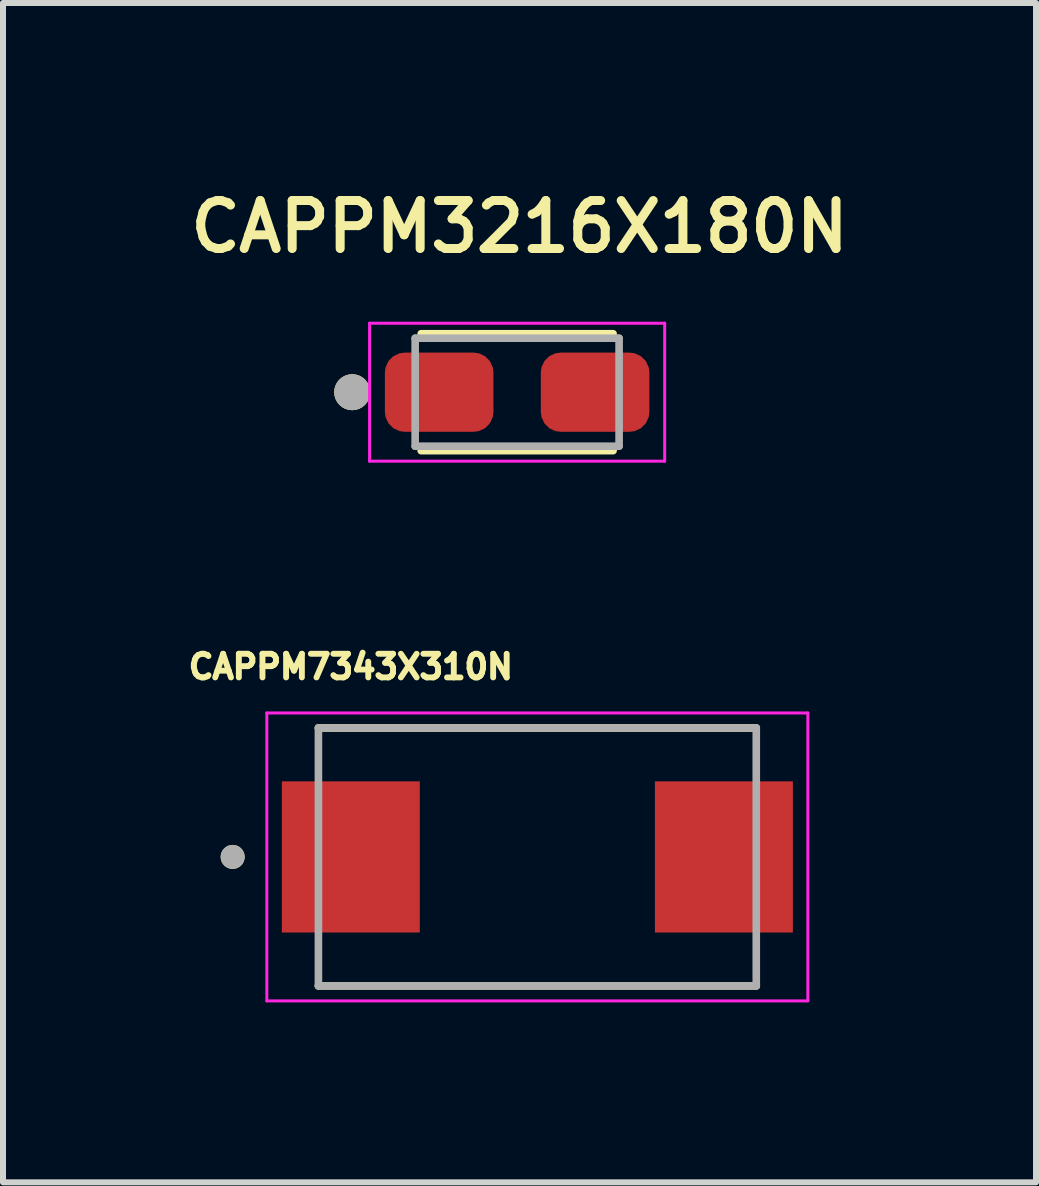
<source format=kicad_pcb>
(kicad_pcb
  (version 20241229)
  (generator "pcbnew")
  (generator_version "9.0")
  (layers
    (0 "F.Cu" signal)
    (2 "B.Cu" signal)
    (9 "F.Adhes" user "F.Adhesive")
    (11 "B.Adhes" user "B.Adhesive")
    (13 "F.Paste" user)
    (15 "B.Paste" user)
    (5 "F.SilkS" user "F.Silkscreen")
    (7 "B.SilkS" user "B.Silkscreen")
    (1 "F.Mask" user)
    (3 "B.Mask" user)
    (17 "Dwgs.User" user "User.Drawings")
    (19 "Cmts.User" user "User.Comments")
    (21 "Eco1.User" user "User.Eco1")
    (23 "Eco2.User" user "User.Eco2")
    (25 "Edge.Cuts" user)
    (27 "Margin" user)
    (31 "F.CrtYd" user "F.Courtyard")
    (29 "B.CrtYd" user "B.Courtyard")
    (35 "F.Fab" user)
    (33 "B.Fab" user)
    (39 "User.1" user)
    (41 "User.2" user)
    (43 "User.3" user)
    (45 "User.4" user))
  (footprint "CAPPM7343X310N"
    (layer "F.Cu")
    (at 5.909 11.237)
    (property "Reference" "CAPPM7343X310N" (at -3.11 -3.17 0) (layer "F.SilkS") (effects (font (size 0.394 0.394) (thickness 0.15))))
    (attr smd)
    (fp_line (start -3.65 -2.15) (end 3.65 -2.15) (stroke (width 0.127) (type solid)) (layer "F.SilkS"))
    (fp_line (start -3.65 2.15) (end 3.65 2.15) (stroke (width 0.127) (type solid)) (layer "F.SilkS"))
    (fp_circle (center -5.08 0) (end -4.98 0) (stroke (width 0.2) (type solid)) (fill no) (layer "F.SilkS"))
    (fp_line (start -4.51 -2.4) (end 4.51 -2.4) (stroke (width 0.05) (type solid)) (layer "F.CrtYd"))
    (fp_line (start -4.51 2.4) (end -4.51 -2.4) (stroke (width 0.05) (type solid)) (layer "F.CrtYd"))
    (fp_line (start -4.51 2.4) (end 4.51 2.4) (stroke (width 0.05) (type solid)) (layer "F.CrtYd"))
    (fp_line (start 4.51 2.4) (end 4.51 -2.4) (stroke (width 0.05) (type solid)) (layer "F.CrtYd"))
    (fp_line (start -3.65 2.15) (end -3.65 -2.15) (stroke (width 0.127) (type solid)) (layer "F.Fab"))
    (fp_line (start 3.65 -2.15) (end -3.65 -2.15) (stroke (width 0.127) (type solid)) (layer "F.Fab"))
    (fp_line (start 3.65 2.15) (end -3.65 2.15) (stroke (width 0.127) (type solid)) (layer "F.Fab"))
    (fp_line (start 3.65 2.15) (end 3.65 -2.15) (stroke (width 0.127) (type solid)) (layer "F.Fab"))
    (fp_circle (center -5.08 0) (end -4.98 0) (stroke (width 0.2) (type solid)) (fill no) (layer "F.Fab"))
    (pad "1" smd rect (at -3.11 0) (size 2.3 2.52) (layers "F.Cu" "F.Mask" "F.Paste"))
    (pad "2" smd rect (at 3.11 0) (size 2.3 2.52) (layers "F.Cu" "F.Mask" "F.Paste")))
  (footprint "CAPPM3216X180N"
    (layer "F.Cu")
    (at 5.572 3.489)
    (property "Reference" "CAPPM3216X180N" (at 0.04 -2.758 0) (layer "F.SilkS") (effects (font (size 0.8 0.8) (thickness 0.15))))
    (attr smd)
    (fp_line (start -1.6 -0.975) (end 1.6 -0.975) (stroke (width 0.127) (type solid)) (layer "F.SilkS"))
    (fp_line (start -1.6 0.975) (end 1.6 0.975) (stroke (width 0.127) (type solid)) (layer "F.SilkS"))
    (fp_circle (center -2.75 0) (end -2.6 0) (stroke (width 0.3) (type solid)) (fill no) (layer "F.SilkS"))
    (fp_line (start -2.46 -1.15) (end -2.46 1.15) (stroke (width 0.05) (type solid)) (layer "F.CrtYd"))
    (fp_line (start -2.46 1.15) (end 2.46 1.15) (stroke (width 0.05) (type solid)) (layer "F.CrtYd"))
    (fp_line (start 2.46 -1.15) (end -2.46 -1.15) (stroke (width 0.05) (type solid)) (layer "F.CrtYd"))
    (fp_line (start 2.46 1.15) (end 2.46 -1.15) (stroke (width 0.05) (type solid)) (layer "F.CrtYd"))
    (fp_line (start -1.7 -0.9) (end -1.7 0.9) (stroke (width 0.127) (type solid)) (layer "F.Fab"))
    (fp_line (start -1.7 0.9) (end 1.7 0.9) (stroke (width 0.127) (type solid)) (layer "F.Fab"))
    (fp_line (start 1.7 -0.9) (end -1.7 -0.9) (stroke (width 0.127) (type solid)) (layer "F.Fab"))
    (fp_line (start 1.7 0.9) (end 1.7 -0.9) (stroke (width 0.127) (type solid)) (layer "F.Fab"))
    (fp_circle (center -2.75 0) (end -2.6 0) (stroke (width 0.3) (type solid)) (fill no) (layer "F.Fab"))
    (pad "1" smd roundrect (at -1.3 0) (size 1.81 1.32) (layers "F.Cu" "F.Mask" "F.Paste") (roundrect_rratio 0.25))
    (pad "2" smd roundrect (at 1.3 0) (size 1.81 1.32) (layers "F.Cu" "F.Mask" "F.Paste") (roundrect_rratio 0.25)))
  (gr_rect
    (start -3 -3)
    (end 14.223 16.662)
    (stroke (width 0.1) (type default))
    (fill no)
    (layer "Edge.Cuts")))
</source>
